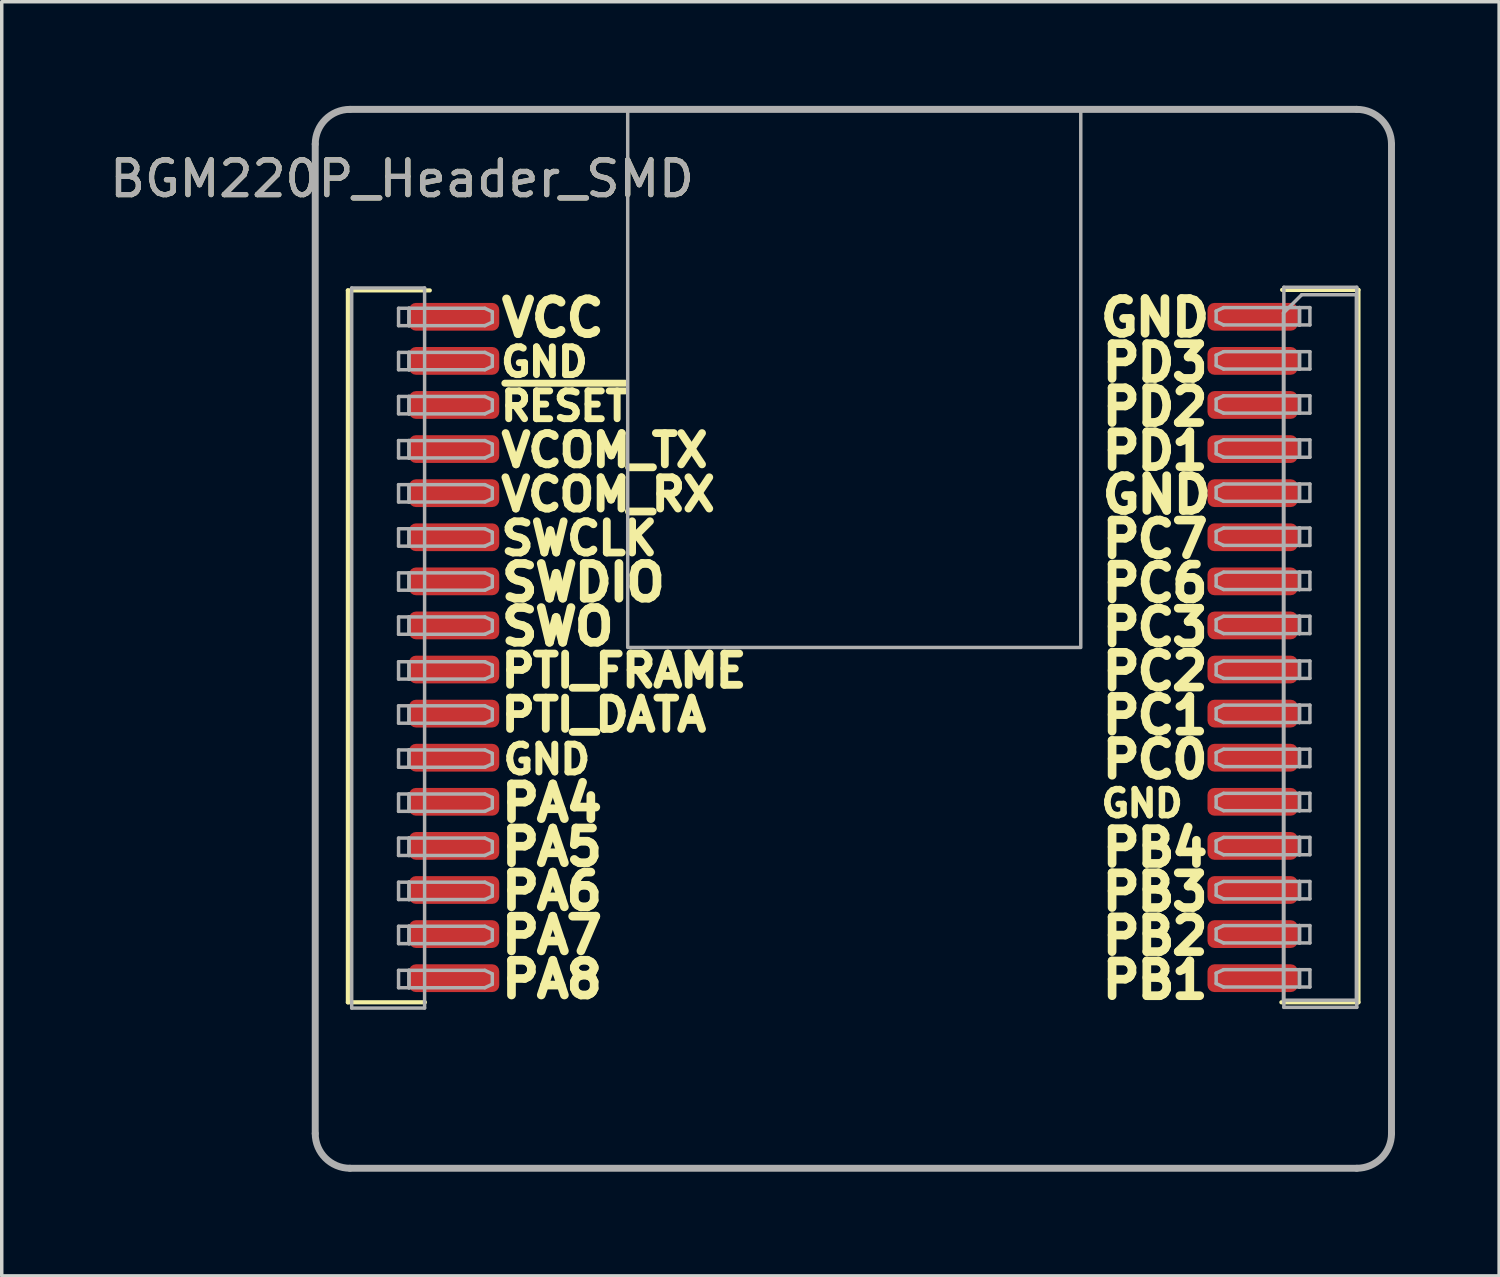
<source format=kicad_pcb>
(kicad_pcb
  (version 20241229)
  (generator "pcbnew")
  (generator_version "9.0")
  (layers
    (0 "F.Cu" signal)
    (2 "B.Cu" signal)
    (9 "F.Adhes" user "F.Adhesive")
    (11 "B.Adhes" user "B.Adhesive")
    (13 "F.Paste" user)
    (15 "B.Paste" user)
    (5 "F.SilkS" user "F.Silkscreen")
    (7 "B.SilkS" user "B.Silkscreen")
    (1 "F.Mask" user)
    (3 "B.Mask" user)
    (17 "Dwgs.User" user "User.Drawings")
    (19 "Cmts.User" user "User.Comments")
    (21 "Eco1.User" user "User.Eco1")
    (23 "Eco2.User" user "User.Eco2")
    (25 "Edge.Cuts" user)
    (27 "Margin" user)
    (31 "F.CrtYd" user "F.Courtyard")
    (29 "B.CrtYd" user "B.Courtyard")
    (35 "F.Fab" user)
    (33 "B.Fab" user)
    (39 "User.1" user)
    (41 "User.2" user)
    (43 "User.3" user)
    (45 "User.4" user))
  (footprint "BGM220P_Header_SMD"
    (layer "F.Cu")
    (at 21.53 15.6)
    (property "Reference" "BGM220P_Header_SMD" (at -13 -13.5 0) (unlocked yes) (layer "F.SilkS") (effects (font (size 1 1) (thickness 0.15))))
    (attr smd exclude_from_pos_files exclude_from_bom allow_missing_courtyard)
    (fp_line (start -14.56 -10.285) (end -14.56 10.22) (stroke (width 0.12) (type solid)) (layer "F.SilkS"))
    (fp_line (start -14.56 -10.285) (end -12.2 -10.285) (stroke (width 0.12) (type solid)) (layer "F.SilkS"))
    (fp_line (start -14.56 10.22) (end -12.34 10.22) (stroke (width 0.12) (type solid)) (layer "F.SilkS"))
    (fp_line (start 12.328 10.22) (end 14.548 10.22) (stroke (width 0.12) (type solid)) (layer "F.SilkS"))
    (fp_line (start 12.35 -10.3) (end 14.548 -10.3) (stroke (width 0.12) (type solid)) (layer "F.SilkS"))
    (fp_line (start 14.548 -10.3) (end 14.548 10.22) (stroke (width 0.12) (type solid)) (layer "F.SilkS"))
    (fp_line (start -15.5 14) (end -15.5 -14.5) (stroke (width 0.2) (type solid)) (layer "F.Fab"))
    (fp_line (start -14.5 -15.5) (end 14.5 -15.5) (stroke (width 0.2) (type solid)) (layer "F.Fab"))
    (fp_line (start -14.45 -10.355) (end -14.45 10.385) (stroke (width 0.1) (type solid)) (layer "F.Fab"))
    (fp_line (start -14.45 10.385) (end -12.35 10.385) (stroke (width 0.1) (type solid)) (layer "F.Fab"))
    (fp_line (start -13.1 -9.77) (end -12.8 -9.77) (stroke (width 0.1) (type solid)) (layer "F.Fab"))
    (fp_line (start -13.1 -9.27) (end -13.1 -9.77) (stroke (width 0.1) (type solid)) (layer "F.Fab"))
    (fp_line (start -13.1 -8.5) (end -12.8 -8.5) (stroke (width 0.1) (type solid)) (layer "F.Fab"))
    (fp_line (start -13.1 -8) (end -13.1 -8.5) (stroke (width 0.1) (type solid)) (layer "F.Fab"))
    (fp_line (start -13.1 -7.23) (end -12.8 -7.23) (stroke (width 0.1) (type solid)) (layer "F.Fab"))
    (fp_line (start -13.1 -6.73) (end -13.1 -7.23) (stroke (width 0.1) (type solid)) (layer "F.Fab"))
    (fp_line (start -13.1 -5.96) (end -12.8 -5.96) (stroke (width 0.1) (type solid)) (layer "F.Fab"))
    (fp_line (start -13.1 -5.46) (end -13.1 -5.96) (stroke (width 0.1) (type solid)) (layer "F.Fab"))
    (fp_line (start -13.1 -4.69) (end -12.8 -4.69) (stroke (width 0.1) (type solid)) (layer "F.Fab"))
    (fp_line (start -13.1 -4.19) (end -13.1 -4.69) (stroke (width 0.1) (type solid)) (layer "F.Fab"))
    (fp_line (start -13.1 -3.42) (end -12.8 -3.42) (stroke (width 0.1) (type solid)) (layer "F.Fab"))
    (fp_line (start -13.1 -2.92) (end -13.1 -3.42) (stroke (width 0.1) (type solid)) (layer "F.Fab"))
    (fp_line (start -13.1 -2.15) (end -12.8 -2.15) (stroke (width 0.1) (type solid)) (layer "F.Fab"))
    (fp_line (start -13.1 -1.65) (end -13.1 -2.15) (stroke (width 0.1) (type solid)) (layer "F.Fab"))
    (fp_line (start -13.1 -0.88) (end -12.8 -0.88) (stroke (width 0.1) (type solid)) (layer "F.Fab"))
    (fp_line (start -13.1 -0.38) (end -13.1 -0.88) (stroke (width 0.1) (type solid)) (layer "F.Fab"))
    (fp_line (start -13.1 0.41) (end -12.8 0.41) (stroke (width 0.1) (type solid)) (layer "F.Fab"))
    (fp_line (start -13.1 0.91) (end -13.1 0.41) (stroke (width 0.1) (type solid)) (layer "F.Fab"))
    (fp_line (start -13.1 1.68) (end -12.8 1.68) (stroke (width 0.1) (type solid)) (layer "F.Fab"))
    (fp_line (start -13.1 2.18) (end -13.1 1.68) (stroke (width 0.1) (type solid)) (layer "F.Fab"))
    (fp_line (start -13.1 2.95) (end -12.8 2.95) (stroke (width 0.1) (type solid)) (layer "F.Fab"))
    (fp_line (start -13.1 3.45) (end -13.1 2.95) (stroke (width 0.1) (type solid)) (layer "F.Fab"))
    (fp_line (start -13.1 4.22) (end -12.8 4.22) (stroke (width 0.1) (type solid)) (layer "F.Fab"))
    (fp_line (start -13.1 4.72) (end -13.1 4.22) (stroke (width 0.1) (type solid)) (layer "F.Fab"))
    (fp_line (start -13.1 5.49) (end -12.8 5.49) (stroke (width 0.1) (type solid)) (layer "F.Fab"))
    (fp_line (start -13.1 5.99) (end -13.1 5.49) (stroke (width 0.1) (type solid)) (layer "F.Fab"))
    (fp_line (start -13.1 6.76) (end -12.8 6.76) (stroke (width 0.1) (type solid)) (layer "F.Fab"))
    (fp_line (start -13.1 7.26) (end -13.1 6.76) (stroke (width 0.1) (type solid)) (layer "F.Fab"))
    (fp_line (start -13.1 8.03) (end -12.8 8.03) (stroke (width 0.1) (type solid)) (layer "F.Fab"))
    (fp_line (start -13.1 8.53) (end -13.1 8.03) (stroke (width 0.1) (type solid)) (layer "F.Fab"))
    (fp_line (start -13.1 9.3) (end -12.8 9.3) (stroke (width 0.1) (type solid)) (layer "F.Fab"))
    (fp_line (start -13.1 9.8) (end -13.1 9.3) (stroke (width 0.1) (type solid)) (layer "F.Fab"))
    (fp_line (start -12.8 -9.77) (end -12.8 -9.27) (stroke (width 0.1) (type solid)) (layer "F.Fab"))
    (fp_line (start -12.8 -9.77) (end -12.8 -9.27) (stroke (width 0.1) (type solid)) (layer "F.Fab"))
    (fp_line (start -12.8 -9.27) (end -13.1 -9.27) (stroke (width 0.1) (type solid)) (layer "F.Fab"))
    (fp_line (start -12.8 -9.27) (end -10.614 -9.27) (stroke (width 0.1) (type solid)) (layer "F.Fab"))
    (fp_line (start -12.8 -8.5) (end -12.8 -8) (stroke (width 0.1) (type solid)) (layer "F.Fab"))
    (fp_line (start -12.8 -8.5) (end -12.8 -8) (stroke (width 0.1) (type solid)) (layer "F.Fab"))
    (fp_line (start -12.8 -8) (end -13.1 -8) (stroke (width 0.1) (type solid)) (layer "F.Fab"))
    (fp_line (start -12.8 -8) (end -10.614 -8) (stroke (width 0.1) (type solid)) (layer "F.Fab"))
    (fp_line (start -12.8 -7.23) (end -12.8 -6.73) (stroke (width 0.1) (type solid)) (layer "F.Fab"))
    (fp_line (start -12.8 -7.23) (end -12.8 -6.73) (stroke (width 0.1) (type solid)) (layer "F.Fab"))
    (fp_line (start -12.8 -6.73) (end -13.1 -6.73) (stroke (width 0.1) (type solid)) (layer "F.Fab"))
    (fp_line (start -12.8 -6.73) (end -10.614 -6.73) (stroke (width 0.1) (type solid)) (layer "F.Fab"))
    (fp_line (start -12.8 -5.96) (end -12.8 -5.46) (stroke (width 0.1) (type solid)) (layer "F.Fab"))
    (fp_line (start -12.8 -5.96) (end -12.8 -5.46) (stroke (width 0.1) (type solid)) (layer "F.Fab"))
    (fp_line (start -12.8 -5.46) (end -13.1 -5.46) (stroke (width 0.1) (type solid)) (layer "F.Fab"))
    (fp_line (start -12.8 -5.46) (end -10.614 -5.46) (stroke (width 0.1) (type solid)) (layer "F.Fab"))
    (fp_line (start -12.8 -4.69) (end -12.8 -4.19) (stroke (width 0.1) (type solid)) (layer "F.Fab"))
    (fp_line (start -12.8 -4.69) (end -12.8 -4.19) (stroke (width 0.1) (type solid)) (layer "F.Fab"))
    (fp_line (start -12.8 -4.19) (end -13.1 -4.19) (stroke (width 0.1) (type solid)) (layer "F.Fab"))
    (fp_line (start -12.8 -4.19) (end -10.614 -4.19) (stroke (width 0.1) (type solid)) (layer "F.Fab"))
    (fp_line (start -12.8 -3.42) (end -12.8 -2.92) (stroke (width 0.1) (type solid)) (layer "F.Fab"))
    (fp_line (start -12.8 -3.42) (end -12.8 -2.92) (stroke (width 0.1) (type solid)) (layer "F.Fab"))
    (fp_line (start -12.8 -2.92) (end -13.1 -2.92) (stroke (width 0.1) (type solid)) (layer "F.Fab"))
    (fp_line (start -12.8 -2.92) (end -10.614 -2.92) (stroke (width 0.1) (type solid)) (layer "F.Fab"))
    (fp_line (start -12.8 -2.15) (end -12.8 -1.65) (stroke (width 0.1) (type solid)) (layer "F.Fab"))
    (fp_line (start -12.8 -2.15) (end -12.8 -1.65) (stroke (width 0.1) (type solid)) (layer "F.Fab"))
    (fp_line (start -12.8 -1.65) (end -13.1 -1.65) (stroke (width 0.1) (type solid)) (layer "F.Fab"))
    (fp_line (start -12.8 -1.65) (end -10.614 -1.65) (stroke (width 0.1) (type solid)) (layer "F.Fab"))
    (fp_line (start -12.8 -0.88) (end -12.8 -0.38) (stroke (width 0.1) (type solid)) (layer "F.Fab"))
    (fp_line (start -12.8 -0.88) (end -12.8 -0.38) (stroke (width 0.1) (type solid)) (layer "F.Fab"))
    (fp_line (start -12.8 -0.38) (end -13.1 -0.38) (stroke (width 0.1) (type solid)) (layer "F.Fab"))
    (fp_line (start -12.8 -0.38) (end -10.614 -0.38) (stroke (width 0.1) (type solid)) (layer "F.Fab"))
    (fp_line (start -12.8 0.41) (end -12.8 0.91) (stroke (width 0.1) (type solid)) (layer "F.Fab"))
    (fp_line (start -12.8 0.41) (end -12.8 0.91) (stroke (width 0.1) (type solid)) (layer "F.Fab"))
    (fp_line (start -12.8 0.91) (end -13.1 0.91) (stroke (width 0.1) (type solid)) (layer "F.Fab"))
    (fp_line (start -12.8 0.91) (end -10.614 0.91) (stroke (width 0.1) (type solid)) (layer "F.Fab"))
    (fp_line (start -12.8 1.68) (end -12.8 2.18) (stroke (width 0.1) (type solid)) (layer "F.Fab"))
    (fp_line (start -12.8 1.68) (end -12.8 2.18) (stroke (width 0.1) (type solid)) (layer "F.Fab"))
    (fp_line (start -12.8 2.18) (end -13.1 2.18) (stroke (width 0.1) (type solid)) (layer "F.Fab"))
    (fp_line (start -12.8 2.18) (end -10.614 2.18) (stroke (width 0.1) (type solid)) (layer "F.Fab"))
    (fp_line (start -12.8 2.95) (end -12.8 3.45) (stroke (width 0.1) (type solid)) (layer "F.Fab"))
    (fp_line (start -12.8 2.95) (end -12.8 3.45) (stroke (width 0.1) (type solid)) (layer "F.Fab"))
    (fp_line (start -12.8 3.45) (end -13.1 3.45) (stroke (width 0.1) (type solid)) (layer "F.Fab"))
    (fp_line (start -12.8 3.45) (end -10.614 3.45) (stroke (width 0.1) (type solid)) (layer "F.Fab"))
    (fp_line (start -12.8 4.22) (end -12.8 4.72) (stroke (width 0.1) (type solid)) (layer "F.Fab"))
    (fp_line (start -12.8 4.22) (end -12.8 4.72) (stroke (width 0.1) (type solid)) (layer "F.Fab"))
    (fp_line (start -12.8 4.72) (end -13.1 4.72) (stroke (width 0.1) (type solid)) (layer "F.Fab"))
    (fp_line (start -12.8 4.72) (end -10.614 4.72) (stroke (width 0.1) (type solid)) (layer "F.Fab"))
    (fp_line (start -12.8 5.49) (end -12.8 5.99) (stroke (width 0.1) (type solid)) (layer "F.Fab"))
    (fp_line (start -12.8 5.49) (end -12.8 5.99) (stroke (width 0.1) (type solid)) (layer "F.Fab"))
    (fp_line (start -12.8 5.99) (end -13.1 5.99) (stroke (width 0.1) (type solid)) (layer "F.Fab"))
    (fp_line (start -12.8 5.99) (end -10.614 5.99) (stroke (width 0.1) (type solid)) (layer "F.Fab"))
    (fp_line (start -12.8 6.76) (end -12.8 7.26) (stroke (width 0.1) (type solid)) (layer "F.Fab"))
    (fp_line (start -12.8 6.76) (end -12.8 7.26) (stroke (width 0.1) (type solid)) (layer "F.Fab"))
    (fp_line (start -12.8 7.26) (end -13.1 7.26) (stroke (width 0.1) (type solid)) (layer "F.Fab"))
    (fp_line (start -12.8 7.26) (end -10.614 7.26) (stroke (width 0.1) (type solid)) (layer "F.Fab"))
    (fp_line (start -12.8 8.03) (end -12.8 8.53) (stroke (width 0.1) (type solid)) (layer "F.Fab"))
    (fp_line (start -12.8 8.03) (end -12.8 8.53) (stroke (width 0.1) (type solid)) (layer "F.Fab"))
    (fp_line (start -12.8 8.53) (end -13.1 8.53) (stroke (width 0.1) (type solid)) (layer "F.Fab"))
    (fp_line (start -12.8 8.53) (end -10.614 8.53) (stroke (width 0.1) (type solid)) (layer "F.Fab"))
    (fp_line (start -12.8 9.3) (end -12.8 9.8) (stroke (width 0.1) (type solid)) (layer "F.Fab"))
    (fp_line (start -12.8 9.3) (end -12.8 9.8) (stroke (width 0.1) (type solid)) (layer "F.Fab"))
    (fp_line (start -12.8 9.8) (end -13.1 9.8) (stroke (width 0.1) (type solid)) (layer "F.Fab"))
    (fp_line (start -12.8 9.8) (end -10.614 9.8) (stroke (width 0.1) (type solid)) (layer "F.Fab"))
    (fp_line (start -12.35 -10.355) (end -14.45 -10.355) (stroke (width 0.1) (type solid)) (layer "F.Fab"))
    (fp_line (start -12.35 10.385) (end -12.35 -10.355) (stroke (width 0.1) (type solid)) (layer "F.Fab"))
    (fp_line (start -10.614 -9.77) (end -12.8 -9.77) (stroke (width 0.1) (type solid)) (layer "F.Fab"))
    (fp_line (start -10.614 -9.27) (end -10.4 -9.37) (stroke (width 0.1) (type solid)) (layer "F.Fab"))
    (fp_line (start -10.614 -8.5) (end -12.8 -8.5) (stroke (width 0.1) (type solid)) (layer "F.Fab"))
    (fp_line (start -10.614 -8) (end -10.4 -8.1) (stroke (width 0.1) (type solid)) (layer "F.Fab"))
    (fp_line (start -10.614 -7.23) (end -12.8 -7.23) (stroke (width 0.1) (type solid)) (layer "F.Fab"))
    (fp_line (start -10.614 -6.73) (end -10.4 -6.83) (stroke (width 0.1) (type solid)) (layer "F.Fab"))
    (fp_line (start -10.614 -5.96) (end -12.8 -5.96) (stroke (width 0.1) (type solid)) (layer "F.Fab"))
    (fp_line (start -10.614 -5.46) (end -10.4 -5.56) (stroke (width 0.1) (type solid)) (layer "F.Fab"))
    (fp_line (start -10.614 -4.69) (end -12.8 -4.69) (stroke (width 0.1) (type solid)) (layer "F.Fab"))
    (fp_line (start -10.614 -4.19) (end -10.4 -4.29) (stroke (width 0.1) (type solid)) (layer "F.Fab"))
    (fp_line (start -10.614 -3.42) (end -12.8 -3.42) (stroke (width 0.1) (type solid)) (layer "F.Fab"))
    (fp_line (start -10.614 -2.92) (end -10.4 -3.02) (stroke (width 0.1) (type solid)) (layer "F.Fab"))
    (fp_line (start -10.614 -2.15) (end -12.8 -2.15) (stroke (width 0.1) (type solid)) (layer "F.Fab"))
    (fp_line (start -10.614 -1.65) (end -10.4 -1.75) (stroke (width 0.1) (type solid)) (layer "F.Fab"))
    (fp_line (start -10.614 -0.88) (end -12.8 -0.88) (stroke (width 0.1) (type solid)) (layer "F.Fab"))
    (fp_line (start -10.614 -0.38) (end -10.4 -0.48) (stroke (width 0.1) (type solid)) (layer "F.Fab"))
    (fp_line (start -10.614 0.41) (end -12.8 0.41) (stroke (width 0.1) (type solid)) (layer "F.Fab"))
    (fp_line (start -10.614 0.91) (end -10.4 0.81) (stroke (width 0.1) (type solid)) (layer "F.Fab"))
    (fp_line (start -10.614 1.68) (end -12.8 1.68) (stroke (width 0.1) (type solid)) (layer "F.Fab"))
    (fp_line (start -10.614 2.18) (end -10.4 2.08) (stroke (width 0.1) (type solid)) (layer "F.Fab"))
    (fp_line (start -10.614 2.95) (end -12.8 2.95) (stroke (width 0.1) (type solid)) (layer "F.Fab"))
    (fp_line (start -10.614 3.45) (end -10.4 3.35) (stroke (width 0.1) (type solid)) (layer "F.Fab"))
    (fp_line (start -10.614 4.22) (end -12.8 4.22) (stroke (width 0.1) (type solid)) (layer "F.Fab"))
    (fp_line (start -10.614 4.72) (end -10.4 4.62) (stroke (width 0.1) (type solid)) (layer "F.Fab"))
    (fp_line (start -10.614 5.49) (end -12.8 5.49) (stroke (width 0.1) (type solid)) (layer "F.Fab"))
    (fp_line (start -10.614 5.99) (end -10.4 5.89) (stroke (width 0.1) (type solid)) (layer "F.Fab"))
    (fp_line (start -10.614 6.76) (end -12.8 6.76) (stroke (width 0.1) (type solid)) (layer "F.Fab"))
    (fp_line (start -10.614 7.26) (end -10.4 7.16) (stroke (width 0.1) (type solid)) (layer "F.Fab"))
    (fp_line (start -10.614 8.03) (end -12.8 8.03) (stroke (width 0.1) (type solid)) (layer "F.Fab"))
    (fp_line (start -10.614 8.53) (end -10.4 8.43) (stroke (width 0.1) (type solid)) (layer "F.Fab"))
    (fp_line (start -10.614 9.3) (end -12.8 9.3) (stroke (width 0.1) (type solid)) (layer "F.Fab"))
    (fp_line (start -10.614 9.8) (end -10.4 9.7) (stroke (width 0.1) (type solid)) (layer "F.Fab"))
    (fp_line (start -10.4 -9.67) (end -10.614 -9.77) (stroke (width 0.1) (type solid)) (layer "F.Fab"))
    (fp_line (start -10.4 -9.37) (end -10.4 -9.67) (stroke (width 0.1) (type solid)) (layer "F.Fab"))
    (fp_line (start -10.4 -8.4) (end -10.614 -8.5) (stroke (width 0.1) (type solid)) (layer "F.Fab"))
    (fp_line (start -10.4 -8.1) (end -10.4 -8.4) (stroke (width 0.1) (type solid)) (layer "F.Fab"))
    (fp_line (start -10.4 -7.13) (end -10.614 -7.23) (stroke (width 0.1) (type solid)) (layer "F.Fab"))
    (fp_line (start -10.4 -6.83) (end -10.4 -7.13) (stroke (width 0.1) (type solid)) (layer "F.Fab"))
    (fp_line (start -10.4 -5.86) (end -10.614 -5.96) (stroke (width 0.1) (type solid)) (layer "F.Fab"))
    (fp_line (start -10.4 -5.56) (end -10.4 -5.86) (stroke (width 0.1) (type solid)) (layer "F.Fab"))
    (fp_line (start -10.4 -4.59) (end -10.614 -4.69) (stroke (width 0.1) (type solid)) (layer "F.Fab"))
    (fp_line (start -10.4 -4.29) (end -10.4 -4.59) (stroke (width 0.1) (type solid)) (layer "F.Fab"))
    (fp_line (start -10.4 -3.32) (end -10.614 -3.42) (stroke (width 0.1) (type solid)) (layer "F.Fab"))
    (fp_line (start -10.4 -3.02) (end -10.4 -3.32) (stroke (width 0.1) (type solid)) (layer "F.Fab"))
    (fp_line (start -10.4 -2.05) (end -10.614 -2.15) (stroke (width 0.1) (type solid)) (layer "F.Fab"))
    (fp_line (start -10.4 -1.75) (end -10.4 -2.05) (stroke (width 0.1) (type solid)) (layer "F.Fab"))
    (fp_line (start -10.4 -0.78) (end -10.614 -0.88) (stroke (width 0.1) (type solid)) (layer "F.Fab"))
    (fp_line (start -10.4 -0.48) (end -10.4 -0.78) (stroke (width 0.1) (type solid)) (layer "F.Fab"))
    (fp_line (start -10.4 0.51) (end -10.614 0.41) (stroke (width 0.1) (type solid)) (layer "F.Fab"))
    (fp_line (start -10.4 0.81) (end -10.4 0.51) (stroke (width 0.1) (type solid)) (layer "F.Fab"))
    (fp_line (start -10.4 1.78) (end -10.614 1.68) (stroke (width 0.1) (type solid)) (layer "F.Fab"))
    (fp_line (start -10.4 2.08) (end -10.4 1.78) (stroke (width 0.1) (type solid)) (layer "F.Fab"))
    (fp_line (start -10.4 3.05) (end -10.614 2.95) (stroke (width 0.1) (type solid)) (layer "F.Fab"))
    (fp_line (start -10.4 3.35) (end -10.4 3.05) (stroke (width 0.1) (type solid)) (layer "F.Fab"))
    (fp_line (start -10.4 4.32) (end -10.614 4.22) (stroke (width 0.1) (type solid)) (layer "F.Fab"))
    (fp_line (start -10.4 4.62) (end -10.4 4.32) (stroke (width 0.1) (type solid)) (layer "F.Fab"))
    (fp_line (start -10.4 5.59) (end -10.614 5.49) (stroke (width 0.1) (type solid)) (layer "F.Fab"))
    (fp_line (start -10.4 5.89) (end -10.4 5.59) (stroke (width 0.1) (type solid)) (layer "F.Fab"))
    (fp_line (start -10.4 6.86) (end -10.614 6.76) (stroke (width 0.1) (type solid)) (layer "F.Fab"))
    (fp_line (start -10.4 7.16) (end -10.4 6.86) (stroke (width 0.1) (type solid)) (layer "F.Fab"))
    (fp_line (start -10.4 8.13) (end -10.614 8.03) (stroke (width 0.1) (type solid)) (layer "F.Fab"))
    (fp_line (start -10.4 8.43) (end -10.4 8.13) (stroke (width 0.1) (type solid)) (layer "F.Fab"))
    (fp_line (start -10.4 9.4) (end -10.614 9.3) (stroke (width 0.1) (type solid)) (layer "F.Fab"))
    (fp_line (start -10.4 9.7) (end -10.4 9.4) (stroke (width 0.1) (type solid)) (layer "F.Fab"))
    (fp_line (start 10.45 -9.69) (end 10.45 -9.39) (stroke (width 0.1) (type solid)) (layer "F.Fab"))
    (fp_line (start 10.45 -9.39) (end 10.664 -9.29) (stroke (width 0.1) (type solid)) (layer "F.Fab"))
    (fp_line (start 10.45 -8.42) (end 10.45 -8.12) (stroke (width 0.1) (type solid)) (layer "F.Fab"))
    (fp_line (start 10.45 -8.12) (end 10.664 -8.02) (stroke (width 0.1) (type solid)) (layer "F.Fab"))
    (fp_line (start 10.45 -7.15) (end 10.45 -6.85) (stroke (width 0.1) (type solid)) (layer "F.Fab"))
    (fp_line (start 10.45 -6.85) (end 10.664 -6.75) (stroke (width 0.1) (type solid)) (layer "F.Fab"))
    (fp_line (start 10.45 -5.88) (end 10.45 -5.58) (stroke (width 0.1) (type solid)) (layer "F.Fab"))
    (fp_line (start 10.45 -5.58) (end 10.664 -5.48) (stroke (width 0.1) (type solid)) (layer "F.Fab"))
    (fp_line (start 10.45 -4.61) (end 10.45 -4.31) (stroke (width 0.1) (type solid)) (layer "F.Fab"))
    (fp_line (start 10.45 -4.31) (end 10.664 -4.21) (stroke (width 0.1) (type solid)) (layer "F.Fab"))
    (fp_line (start 10.45 -3.34) (end 10.45 -3.04) (stroke (width 0.1) (type solid)) (layer "F.Fab"))
    (fp_line (start 10.45 -3.04) (end 10.664 -2.94) (stroke (width 0.1) (type solid)) (layer "F.Fab"))
    (fp_line (start 10.45 -2.07) (end 10.45 -1.77) (stroke (width 0.1) (type solid)) (layer "F.Fab"))
    (fp_line (start 10.45 -1.77) (end 10.664 -1.67) (stroke (width 0.1) (type solid)) (layer "F.Fab"))
    (fp_line (start 10.45 -0.8) (end 10.45 -0.5) (stroke (width 0.1) (type solid)) (layer "F.Fab"))
    (fp_line (start 10.45 -0.5) (end 10.664 -0.4) (stroke (width 0.1) (type solid)) (layer "F.Fab"))
    (fp_line (start 10.45 0.49) (end 10.45 0.79) (stroke (width 0.1) (type solid)) (layer "F.Fab"))
    (fp_line (start 10.45 0.79) (end 10.664 0.89) (stroke (width 0.1) (type solid)) (layer "F.Fab"))
    (fp_line (start 10.45 1.76) (end 10.45 2.06) (stroke (width 0.1) (type solid)) (layer "F.Fab"))
    (fp_line (start 10.45 2.06) (end 10.664 2.16) (stroke (width 0.1) (type solid)) (layer "F.Fab"))
    (fp_line (start 10.45 3.03) (end 10.45 3.33) (stroke (width 0.1) (type solid)) (layer "F.Fab"))
    (fp_line (start 10.45 3.33) (end 10.664 3.43) (stroke (width 0.1) (type solid)) (layer "F.Fab"))
    (fp_line (start 10.45 4.3) (end 10.45 4.6) (stroke (width 0.1) (type solid)) (layer "F.Fab"))
    (fp_line (start 10.45 4.6) (end 10.664 4.7) (stroke (width 0.1) (type solid)) (layer "F.Fab"))
    (fp_line (start 10.45 5.57) (end 10.45 5.87) (stroke (width 0.1) (type solid)) (layer "F.Fab"))
    (fp_line (start 10.45 5.87) (end 10.664 5.97) (stroke (width 0.1) (type solid)) (layer "F.Fab"))
    (fp_line (start 10.45 6.84) (end 10.45 7.14) (stroke (width 0.1) (type solid)) (layer "F.Fab"))
    (fp_line (start 10.45 7.14) (end 10.664 7.24) (stroke (width 0.1) (type solid)) (layer "F.Fab"))
    (fp_line (start 10.45 8.11) (end 10.45 8.41) (stroke (width 0.1) (type solid)) (layer "F.Fab"))
    (fp_line (start 10.45 8.41) (end 10.664 8.51) (stroke (width 0.1) (type solid)) (layer "F.Fab"))
    (fp_line (start 10.45 9.38) (end 10.45 9.68) (stroke (width 0.1) (type solid)) (layer "F.Fab"))
    (fp_line (start 10.45 9.68) (end 10.664 9.78) (stroke (width 0.1) (type solid)) (layer "F.Fab"))
    (fp_line (start 10.664 -9.79) (end 10.45 -9.69) (stroke (width 0.1) (type solid)) (layer "F.Fab"))
    (fp_line (start 10.664 -9.29) (end 12.85 -9.29) (stroke (width 0.1) (type solid)) (layer "F.Fab"))
    (fp_line (start 10.664 -8.52) (end 10.45 -8.42) (stroke (width 0.1) (type solid)) (layer "F.Fab"))
    (fp_line (start 10.664 -8.02) (end 12.85 -8.02) (stroke (width 0.1) (type solid)) (layer "F.Fab"))
    (fp_line (start 10.664 -7.25) (end 10.45 -7.15) (stroke (width 0.1) (type solid)) (layer "F.Fab"))
    (fp_line (start 10.664 -6.75) (end 12.85 -6.75) (stroke (width 0.1) (type solid)) (layer "F.Fab"))
    (fp_line (start 10.664 -5.98) (end 10.45 -5.88) (stroke (width 0.1) (type solid)) (layer "F.Fab"))
    (fp_line (start 10.664 -5.48) (end 12.85 -5.48) (stroke (width 0.1) (type solid)) (layer "F.Fab"))
    (fp_line (start 10.664 -4.71) (end 10.45 -4.61) (stroke (width 0.1) (type solid)) (layer "F.Fab"))
    (fp_line (start 10.664 -4.21) (end 12.85 -4.21) (stroke (width 0.1) (type solid)) (layer "F.Fab"))
    (fp_line (start 10.664 -3.44) (end 10.45 -3.34) (stroke (width 0.1) (type solid)) (layer "F.Fab"))
    (fp_line (start 10.664 -2.94) (end 12.85 -2.94) (stroke (width 0.1) (type solid)) (layer "F.Fab"))
    (fp_line (start 10.664 -2.17) (end 10.45 -2.07) (stroke (width 0.1) (type solid)) (layer "F.Fab"))
    (fp_line (start 10.664 -1.67) (end 12.85 -1.67) (stroke (width 0.1) (type solid)) (layer "F.Fab"))
    (fp_line (start 10.664 -0.9) (end 10.45 -0.8) (stroke (width 0.1) (type solid)) (layer "F.Fab"))
    (fp_line (start 10.664 -0.4) (end 12.85 -0.4) (stroke (width 0.1) (type solid)) (layer "F.Fab"))
    (fp_line (start 10.664 0.39) (end 10.45 0.49) (stroke (width 0.1) (type solid)) (layer "F.Fab"))
    (fp_line (start 10.664 0.89) (end 12.85 0.89) (stroke (width 0.1) (type solid)) (layer "F.Fab"))
    (fp_line (start 10.664 1.66) (end 10.45 1.76) (stroke (width 0.1) (type solid)) (layer "F.Fab"))
    (fp_line (start 10.664 2.16) (end 12.85 2.16) (stroke (width 0.1) (type solid)) (layer "F.Fab"))
    (fp_line (start 10.664 2.93) (end 10.45 3.03) (stroke (width 0.1) (type solid)) (layer "F.Fab"))
    (fp_line (start 10.664 3.43) (end 12.85 3.43) (stroke (width 0.1) (type solid)) (layer "F.Fab"))
    (fp_line (start 10.664 4.2) (end 10.45 4.3) (stroke (width 0.1) (type solid)) (layer "F.Fab"))
    (fp_line (start 10.664 4.7) (end 12.85 4.7) (stroke (width 0.1) (type solid)) (layer "F.Fab"))
    (fp_line (start 10.664 5.47) (end 10.45 5.57) (stroke (width 0.1) (type solid)) (layer "F.Fab"))
    (fp_line (start 10.664 5.97) (end 12.85 5.97) (stroke (width 0.1) (type solid)) (layer "F.Fab"))
    (fp_line (start 10.664 6.74) (end 10.45 6.84) (stroke (width 0.1) (type solid)) (layer "F.Fab"))
    (fp_line (start 10.664 7.24) (end 12.85 7.24) (stroke (width 0.1) (type solid)) (layer "F.Fab"))
    (fp_line (start 10.664 8.01) (end 10.45 8.11) (stroke (width 0.1) (type solid)) (layer "F.Fab"))
    (fp_line (start 10.664 8.51) (end 12.85 8.51) (stroke (width 0.1) (type solid)) (layer "F.Fab"))
    (fp_line (start 10.664 9.28) (end 10.45 9.38) (stroke (width 0.1) (type solid)) (layer "F.Fab"))
    (fp_line (start 10.664 9.78) (end 12.85 9.78) (stroke (width 0.1) (type solid)) (layer "F.Fab"))
    (fp_line (start 12.388 -9.635) (end 12.913 -10.16) (stroke (width 0.1) (type solid)) (layer "F.Fab"))
    (fp_line (start 12.388 10.16) (end 12.388 -9.635) (stroke (width 0.1) (type solid)) (layer "F.Fab"))
    (fp_line (start 12.4 -10.375) (end 12.4 10.365) (stroke (width 0.1) (type solid)) (layer "F.Fab"))
    (fp_line (start 12.4 10.365) (end 14.5 10.365) (stroke (width 0.1) (type solid)) (layer "F.Fab"))
    (fp_line (start 12.85 -9.79) (end 10.664 -9.79) (stroke (width 0.1) (type solid)) (layer "F.Fab"))
    (fp_line (start 12.85 -9.79) (end 13.15 -9.79) (stroke (width 0.1) (type solid)) (layer "F.Fab"))
    (fp_line (start 12.85 -9.29) (end 12.85 -9.79) (stroke (width 0.1) (type solid)) (layer "F.Fab"))
    (fp_line (start 12.85 -9.29) (end 12.85 -9.79) (stroke (width 0.1) (type solid)) (layer "F.Fab"))
    (fp_line (start 12.85 -8.52) (end 10.664 -8.52) (stroke (width 0.1) (type solid)) (layer "F.Fab"))
    (fp_line (start 12.85 -8.52) (end 13.15 -8.52) (stroke (width 0.1) (type solid)) (layer "F.Fab"))
    (fp_line (start 12.85 -8.02) (end 12.85 -8.52) (stroke (width 0.1) (type solid)) (layer "F.Fab"))
    (fp_line (start 12.85 -8.02) (end 12.85 -8.52) (stroke (width 0.1) (type solid)) (layer "F.Fab"))
    (fp_line (start 12.85 -7.25) (end 10.664 -7.25) (stroke (width 0.1) (type solid)) (layer "F.Fab"))
    (fp_line (start 12.85 -7.25) (end 13.15 -7.25) (stroke (width 0.1) (type solid)) (layer "F.Fab"))
    (fp_line (start 12.85 -6.75) (end 12.85 -7.25) (stroke (width 0.1) (type solid)) (layer "F.Fab"))
    (fp_line (start 12.85 -6.75) (end 12.85 -7.25) (stroke (width 0.1) (type solid)) (layer "F.Fab"))
    (fp_line (start 12.85 -5.98) (end 10.664 -5.98) (stroke (width 0.1) (type solid)) (layer "F.Fab"))
    (fp_line (start 12.85 -5.98) (end 13.15 -5.98) (stroke (width 0.1) (type solid)) (layer "F.Fab"))
    (fp_line (start 12.85 -5.48) (end 12.85 -5.98) (stroke (width 0.1) (type solid)) (layer "F.Fab"))
    (fp_line (start 12.85 -5.48) (end 12.85 -5.98) (stroke (width 0.1) (type solid)) (layer "F.Fab"))
    (fp_line (start 12.85 -4.71) (end 10.664 -4.71) (stroke (width 0.1) (type solid)) (layer "F.Fab"))
    (fp_line (start 12.85 -4.71) (end 13.15 -4.71) (stroke (width 0.1) (type solid)) (layer "F.Fab"))
    (fp_line (start 12.85 -4.21) (end 12.85 -4.71) (stroke (width 0.1) (type solid)) (layer "F.Fab"))
    (fp_line (start 12.85 -4.21) (end 12.85 -4.71) (stroke (width 0.1) (type solid)) (layer "F.Fab"))
    (fp_line (start 12.85 -3.44) (end 10.664 -3.44) (stroke (width 0.1) (type solid)) (layer "F.Fab"))
    (fp_line (start 12.85 -3.44) (end 13.15 -3.44) (stroke (width 0.1) (type solid)) (layer "F.Fab"))
    (fp_line (start 12.85 -2.94) (end 12.85 -3.44) (stroke (width 0.1) (type solid)) (layer "F.Fab"))
    (fp_line (start 12.85 -2.94) (end 12.85 -3.44) (stroke (width 0.1) (type solid)) (layer "F.Fab"))
    (fp_line (start 12.85 -2.17) (end 10.664 -2.17) (stroke (width 0.1) (type solid)) (layer "F.Fab"))
    (fp_line (start 12.85 -2.17) (end 13.15 -2.17) (stroke (width 0.1) (type solid)) (layer "F.Fab"))
    (fp_line (start 12.85 -1.67) (end 12.85 -2.17) (stroke (width 0.1) (type solid)) (layer "F.Fab"))
    (fp_line (start 12.85 -1.67) (end 12.85 -2.17) (stroke (width 0.1) (type solid)) (layer "F.Fab"))
    (fp_line (start 12.85 -0.9) (end 10.664 -0.9) (stroke (width 0.1) (type solid)) (layer "F.Fab"))
    (fp_line (start 12.85 -0.9) (end 13.15 -0.9) (stroke (width 0.1) (type solid)) (layer "F.Fab"))
    (fp_line (start 12.85 -0.4) (end 12.85 -0.9) (stroke (width 0.1) (type solid)) (layer "F.Fab"))
    (fp_line (start 12.85 -0.4) (end 12.85 -0.9) (stroke (width 0.1) (type solid)) (layer "F.Fab"))
    (fp_line (start 12.85 0.39) (end 10.664 0.39) (stroke (width 0.1) (type solid)) (layer "F.Fab"))
    (fp_line (start 12.85 0.39) (end 13.15 0.39) (stroke (width 0.1) (type solid)) (layer "F.Fab"))
    (fp_line (start 12.85 0.89) (end 12.85 0.39) (stroke (width 0.1) (type solid)) (layer "F.Fab"))
    (fp_line (start 12.85 0.89) (end 12.85 0.39) (stroke (width 0.1) (type solid)) (layer "F.Fab"))
    (fp_line (start 12.85 1.66) (end 10.664 1.66) (stroke (width 0.1) (type solid)) (layer "F.Fab"))
    (fp_line (start 12.85 1.66) (end 13.15 1.66) (stroke (width 0.1) (type solid)) (layer "F.Fab"))
    (fp_line (start 12.85 2.16) (end 12.85 1.66) (stroke (width 0.1) (type solid)) (layer "F.Fab"))
    (fp_line (start 12.85 2.16) (end 12.85 1.66) (stroke (width 0.1) (type solid)) (layer "F.Fab"))
    (fp_line (start 12.85 2.93) (end 10.664 2.93) (stroke (width 0.1) (type solid)) (layer "F.Fab"))
    (fp_line (start 12.85 2.93) (end 13.15 2.93) (stroke (width 0.1) (type solid)) (layer "F.Fab"))
    (fp_line (start 12.85 3.43) (end 12.85 2.93) (stroke (width 0.1) (type solid)) (layer "F.Fab"))
    (fp_line (start 12.85 3.43) (end 12.85 2.93) (stroke (width 0.1) (type solid)) (layer "F.Fab"))
    (fp_line (start 12.85 4.2) (end 10.664 4.2) (stroke (width 0.1) (type solid)) (layer "F.Fab"))
    (fp_line (start 12.85 4.2) (end 13.15 4.2) (stroke (width 0.1) (type solid)) (layer "F.Fab"))
    (fp_line (start 12.85 4.7) (end 12.85 4.2) (stroke (width 0.1) (type solid)) (layer "F.Fab"))
    (fp_line (start 12.85 4.7) (end 12.85 4.2) (stroke (width 0.1) (type solid)) (layer "F.Fab"))
    (fp_line (start 12.85 5.47) (end 10.664 5.47) (stroke (width 0.1) (type solid)) (layer "F.Fab"))
    (fp_line (start 12.85 5.47) (end 13.15 5.47) (stroke (width 0.1) (type solid)) (layer "F.Fab"))
    (fp_line (start 12.85 5.97) (end 12.85 5.47) (stroke (width 0.1) (type solid)) (layer "F.Fab"))
    (fp_line (start 12.85 5.97) (end 12.85 5.47) (stroke (width 0.1) (type solid)) (layer "F.Fab"))
    (fp_line (start 12.85 6.74) (end 10.664 6.74) (stroke (width 0.1) (type solid)) (layer "F.Fab"))
    (fp_line (start 12.85 6.74) (end 13.15 6.74) (stroke (width 0.1) (type solid)) (layer "F.Fab"))
    (fp_line (start 12.85 7.24) (end 12.85 6.74) (stroke (width 0.1) (type solid)) (layer "F.Fab"))
    (fp_line (start 12.85 7.24) (end 12.85 6.74) (stroke (width 0.1) (type solid)) (layer "F.Fab"))
    (fp_line (start 12.85 8.01) (end 10.664 8.01) (stroke (width 0.1) (type solid)) (layer "F.Fab"))
    (fp_line (start 12.85 8.01) (end 13.15 8.01) (stroke (width 0.1) (type solid)) (layer "F.Fab"))
    (fp_line (start 12.85 8.51) (end 12.85 8.01) (stroke (width 0.1) (type solid)) (layer "F.Fab"))
    (fp_line (start 12.85 8.51) (end 12.85 8.01) (stroke (width 0.1) (type solid)) (layer "F.Fab"))
    (fp_line (start 12.85 9.28) (end 10.664 9.28) (stroke (width 0.1) (type solid)) (layer "F.Fab"))
    (fp_line (start 12.85 9.28) (end 13.15 9.28) (stroke (width 0.1) (type solid)) (layer "F.Fab"))
    (fp_line (start 12.85 9.78) (end 12.85 9.28) (stroke (width 0.1) (type solid)) (layer "F.Fab"))
    (fp_line (start 12.85 9.78) (end 12.85 9.28) (stroke (width 0.1) (type solid)) (layer "F.Fab"))
    (fp_line (start 12.913 -10.16) (end 14.488 -10.16) (stroke (width 0.1) (type solid)) (layer "F.Fab"))
    (fp_line (start 13.15 -9.79) (end 13.15 -9.29) (stroke (width 0.1) (type solid)) (layer "F.Fab"))
    (fp_line (start 13.15 -9.29) (end 12.85 -9.29) (stroke (width 0.1) (type solid)) (layer "F.Fab"))
    (fp_line (start 13.15 -8.52) (end 13.15 -8.02) (stroke (width 0.1) (type solid)) (layer "F.Fab"))
    (fp_line (start 13.15 -8.02) (end 12.85 -8.02) (stroke (width 0.1) (type solid)) (layer "F.Fab"))
    (fp_line (start 13.15 -7.25) (end 13.15 -6.75) (stroke (width 0.1) (type solid)) (layer "F.Fab"))
    (fp_line (start 13.15 -6.75) (end 12.85 -6.75) (stroke (width 0.1) (type solid)) (layer "F.Fab"))
    (fp_line (start 13.15 -5.98) (end 13.15 -5.48) (stroke (width 0.1) (type solid)) (layer "F.Fab"))
    (fp_line (start 13.15 -5.48) (end 12.85 -5.48) (stroke (width 0.1) (type solid)) (layer "F.Fab"))
    (fp_line (start 13.15 -4.71) (end 13.15 -4.21) (stroke (width 0.1) (type solid)) (layer "F.Fab"))
    (fp_line (start 13.15 -4.21) (end 12.85 -4.21) (stroke (width 0.1) (type solid)) (layer "F.Fab"))
    (fp_line (start 13.15 -3.44) (end 13.15 -2.94) (stroke (width 0.1) (type solid)) (layer "F.Fab"))
    (fp_line (start 13.15 -2.94) (end 12.85 -2.94) (stroke (width 0.1) (type solid)) (layer "F.Fab"))
    (fp_line (start 13.15 -2.17) (end 13.15 -1.67) (stroke (width 0.1) (type solid)) (layer "F.Fab"))
    (fp_line (start 13.15 -1.67) (end 12.85 -1.67) (stroke (width 0.1) (type solid)) (layer "F.Fab"))
    (fp_line (start 13.15 -0.9) (end 13.15 -0.4) (stroke (width 0.1) (type solid)) (layer "F.Fab"))
    (fp_line (start 13.15 -0.4) (end 12.85 -0.4) (stroke (width 0.1) (type solid)) (layer "F.Fab"))
    (fp_line (start 13.15 0.39) (end 13.15 0.89) (stroke (width 0.1) (type solid)) (layer "F.Fab"))
    (fp_line (start 13.15 0.89) (end 12.85 0.89) (stroke (width 0.1) (type solid)) (layer "F.Fab"))
    (fp_line (start 13.15 1.66) (end 13.15 2.16) (stroke (width 0.1) (type solid)) (layer "F.Fab"))
    (fp_line (start 13.15 2.16) (end 12.85 2.16) (stroke (width 0.1) (type solid)) (layer "F.Fab"))
    (fp_line (start 13.15 2.93) (end 13.15 3.43) (stroke (width 0.1) (type solid)) (layer "F.Fab"))
    (fp_line (start 13.15 3.43) (end 12.85 3.43) (stroke (width 0.1) (type solid)) (layer "F.Fab"))
    (fp_line (start 13.15 4.2) (end 13.15 4.7) (stroke (width 0.1) (type solid)) (layer "F.Fab"))
    (fp_line (start 13.15 4.7) (end 12.85 4.7) (stroke (width 0.1) (type solid)) (layer "F.Fab"))
    (fp_line (start 13.15 5.47) (end 13.15 5.97) (stroke (width 0.1) (type solid)) (layer "F.Fab"))
    (fp_line (start 13.15 5.97) (end 12.85 5.97) (stroke (width 0.1) (type solid)) (layer "F.Fab"))
    (fp_line (start 13.15 6.74) (end 13.15 7.24) (stroke (width 0.1) (type solid)) (layer "F.Fab"))
    (fp_line (start 13.15 7.24) (end 12.85 7.24) (stroke (width 0.1) (type solid)) (layer "F.Fab"))
    (fp_line (start 13.15 8.01) (end 13.15 8.51) (stroke (width 0.1) (type solid)) (layer "F.Fab"))
    (fp_line (start 13.15 8.51) (end 12.85 8.51) (stroke (width 0.1) (type solid)) (layer "F.Fab"))
    (fp_line (start 13.15 9.28) (end 13.15 9.78) (stroke (width 0.1) (type solid)) (layer "F.Fab"))
    (fp_line (start 13.15 9.78) (end 12.85 9.78) (stroke (width 0.1) (type solid)) (layer "F.Fab"))
    (fp_line (start 14.488 -10.16) (end 14.488 10.16) (stroke (width 0.1) (type solid)) (layer "F.Fab"))
    (fp_line (start 14.488 10.16) (end 12.388 10.16) (stroke (width 0.1) (type solid)) (layer "F.Fab"))
    (fp_line (start 14.5 -10.375) (end 12.4 -10.375) (stroke (width 0.1) (type solid)) (layer "F.Fab"))
    (fp_line (start 14.5 10.365) (end 14.5 -10.375) (stroke (width 0.1) (type solid)) (layer "F.Fab"))
    (fp_line (start 14.5 15) (end -14.5 15) (stroke (width 0.2) (type solid)) (layer "F.Fab"))
    (fp_line (start 15.5 -14.5) (end 15.5 14) (stroke (width 0.2) (type solid)) (layer "F.Fab"))
    (fp_rect (start -6.5 -15.5) (end 6.55 0) (stroke (width 0.1) (type solid)) (fill no) (layer "F.Fab"))
    (fp_arc (start -15.5 -14.5) (mid -15.207107 -15.207107) (end -14.5 -15.5) (stroke (width 0.2) (type solid)) (layer "F.Fab"))
    (fp_arc (start -14.500004 15.000004) (mid -15.207111 14.707111) (end -15.500004 14.000004) (stroke (width 0.2) (type solid)) (layer "F.Fab"))
    (fp_arc (start 14.5 -15.5) (mid 15.207107 -15.207107) (end 15.5 -14.5) (stroke (width 0.2) (type solid)) (layer "F.Fab"))
    (fp_arc (start 15.5 14) (mid 15.207107 14.707107) (end 14.5 15) (stroke (width 0.2) (type solid)) (layer "F.Fab"))
    (fp_text user "PC0" (at 7.05 3.23 0) (unlocked yes) (layer "F.SilkS") (effects (font (size 1 1) (thickness 0.25)) (justify left)))
    (fp_text user "GND" (at 7.051 -4.398 0) (unlocked yes) (layer "F.SilkS") (effects (font (size 1 1) (thickness 0.25)) (justify left)))
    (fp_text user "GND" (at 7 -9.5 0) (unlocked yes) (layer "F.SilkS") (effects (font (size 1 1) (thickness 0.25)) (justify left)))
    (fp_text user "SWO" (at -10.25 -0.6 0) (unlocked yes) (layer "F.SilkS") (effects (font (size 1 1) (thickness 0.25)) (justify left)))
    (fp_text user "PB3" (at 7.05 7.04 0) (unlocked yes) (layer "F.SilkS") (effects (font (size 1 1) (thickness 0.25)) (justify left)))
    (fp_text user "PA7" (at -10.25 8.29 0) (unlocked yes) (layer "F.SilkS") (effects (font (size 1 1) (thickness 0.25)) (justify left)))
    (fp_text user "PA4" (at -10.25 4.48 0) (unlocked yes) (layer "F.SilkS") (effects (font (size 1 1) (thickness 0.25)) (justify left)))
    (fp_text user "PD3" (at 7.05 -8.2 0) (unlocked yes) (layer "F.SilkS") (effects (font (size 1 1) (thickness 0.25)) (justify left)))
    (fp_text user "PTI_DATA" (at -10.25 1.94 0) (unlocked yes) (layer "F.SilkS") (effects (font (size 0.9 0.9) (thickness 0.225)) (justify left)))
    (fp_text user "PA6" (at -10.25 7.02 0) (unlocked yes) (layer "F.SilkS") (effects (font (size 1 1) (thickness 0.25)) (justify left)))
    (fp_text user "PTI_FRAME" (at -10.25 0.67 0) (unlocked yes) (layer "F.SilkS") (effects (font (size 0.9 0.9) (thickness 0.225)) (justify left)))
    (fp_text user "PD2" (at 7.05 -6.93 0) (unlocked yes) (layer "F.SilkS") (effects (font (size 1 1) (thickness 0.25)) (justify left)))
    (fp_text user "PD1" (at 7.05 -5.66 0) (unlocked yes) (layer "F.SilkS") (effects (font (size 1 1) (thickness 0.25)) (justify left)))
    (fp_text user "PA5" (at -10.25 5.75 0) (unlocked yes) (layer "F.SilkS") (effects (font (size 1 1) (thickness 0.25)) (justify left)))
    (fp_text user "PA8" (at -10.25 9.56 0) (unlocked yes) (layer "F.SilkS") (effects (font (size 1 1) (thickness 0.25)) (justify left)))
    (fp_text user "PC6" (at 7.05 -1.85 0) (unlocked yes) (layer "F.SilkS") (effects (font (size 1 1) (thickness 0.25)) (justify left)))
    (fp_text user "PC3" (at 7.05 -0.58 0) (unlocked yes) (layer "F.SilkS") (effects (font (size 1 1) (thickness 0.25)) (justify left)))
    (fp_text user "SWDIO" (at -10.25 -1.87 0) (unlocked yes) (layer "F.SilkS") (effects (font (size 1 1) (thickness 0.25)) (justify left)))
    (fp_text user "PB2" (at 7.05 8.31 0) (unlocked yes) (layer "F.SilkS") (effects (font (size 1 1) (thickness 0.25)) (justify left)))
    (fp_text user "PC2" (at 7.05 0.69 0) (unlocked yes) (layer "F.SilkS") (effects (font (size 1 1) (thickness 0.25)) (justify left)))
    (fp_text user "PC1" (at 7.05 1.96 0) (unlocked yes) (layer "F.SilkS") (effects (font (size 1 1) (thickness 0.25)) (justify left)))
    (fp_text user "GND" (at -10.18 3.225 0) (unlocked yes) (layer "F.SilkS") (effects (font (size 0.8 0.8) (thickness 0.2)) (justify left)))
    (fp_text user "PC7" (at 7.05 -3.12 0) (unlocked yes) (layer "F.SilkS") (effects (font (size 1 1) (thickness 0.25)) (justify left)))
    (fp_text user "GND" (at 7.051 4.492 0) (unlocked yes) (layer "F.SilkS") (effects (font (size 0.75 0.75) (thickness 0.188)) (justify left)))
    (fp_text user "~{RESET}" (at -10.25 -6.95 0) (unlocked yes) (layer "F.SilkS") (effects (font (size 0.8 0.8) (thickness 0.2)) (justify left)))
    (fp_text user "SWCLK" (at -10.25 -3.14 0) (unlocked yes) (layer "F.SilkS") (effects (font (size 0.9 0.9) (thickness 0.225)) (justify left)))
    (fp_text user "VCOM_RX" (at -10.256 -4.407 0) (unlocked yes) (layer "F.SilkS") (effects (font (size 0.9 0.9) (thickness 0.225)) (justify left)))
    (fp_text user "GND" (at -10.25 -8.22 0) (unlocked yes) (layer "F.SilkS") (effects (font (size 0.8 0.8) (thickness 0.2)) (justify left)))
    (fp_text user "PB1" (at 7.05 9.58 0) (unlocked yes) (layer "F.SilkS") (effects (font (size 1 1) (thickness 0.25)) (justify left)))
    (fp_text user "VCC" (at -10.25 -9.49 0) (unlocked yes) (layer "F.SilkS") (effects (font (size 1 1) (thickness 0.25)) (justify left)))
    (fp_text user "VCOM_TX" (at -10.25 -5.68 0) (unlocked yes) (layer "F.SilkS") (effects (font (size 0.9 0.9) (thickness 0.225)) (justify left)))
    (fp_text user "PB4" (at 7.05 5.77 0) (unlocked yes) (layer "F.SilkS") (effects (font (size 1 1) (thickness 0.25)) (justify left)))
    (fp_text user "${REFERENCE}" (at -13 -13.5 0) (unlocked yes) (layer "F.Fab") (effects (font (size 1 1) (thickness 0.15))))
    (pad "1" smd roundrect (at 11.5 -9.525 90) (size 0.8 2.6) (layers "F.Cu" "F.Mask" "F.Paste") (roundrect_rratio 0.25))
    (pad "2" smd roundrect (at 11.5 5.715 90) (size 0.8 2.6) (layers "F.Cu" "F.Mask" "F.Paste") (roundrect_rratio 0.25))
    (pad "3" smd roundrect (at 11.5 6.985 90) (size 0.8 2.6) (layers "F.Cu" "F.Mask" "F.Paste") (roundrect_rratio 0.25))
    (pad "4" smd roundrect (at 11.5 8.255 90) (size 0.8 2.6) (layers "F.Cu" "F.Mask" "F.Paste") (roundrect_rratio 0.25))
    (pad "5" smd roundrect (at 11.5 9.525 90) (size 0.8 2.6) (layers "F.Cu" "F.Mask" "F.Paste") (roundrect_rratio 0.25))
    (pad "6" smd roundrect (at -11.5 -4.445 90) (size 0.8 2.6) (layers "F.Cu" "F.Mask" "F.Paste") (roundrect_rratio 0.25))
    (pad "7" smd roundrect (at -11.5 -5.715 90) (size 0.8 2.6) (layers "F.Cu" "F.Mask" "F.Paste") (roundrect_rratio 0.25))
    (pad "8" smd roundrect (at -11.5 -3.175 90) (size 0.8 2.6) (layers "F.Cu" "F.Mask" "F.Paste") (roundrect_rratio 0.25))
    (pad "9" smd roundrect (at -11.5 -1.905 90) (size 0.8 2.6) (layers "F.Cu" "F.Mask" "F.Paste") (roundrect_rratio 0.25))
    (pad "10" smd roundrect (at -11.5 -0.635 90) (size 0.8 2.6) (layers "F.Cu" "F.Mask" "F.Paste") (roundrect_rratio 0.25))
    (pad "11" smd roundrect (at -11.5 4.445 90) (size 0.8 2.6) (layers "F.Cu" "F.Mask" "F.Paste") (roundrect_rratio 0.25))
    (pad "12" smd roundrect (at -11.5 3.175 90) (size 0.8 2.6) (layers "F.Cu" "F.Mask" "F.Paste") (roundrect_rratio 0.25))
    (pad "13" smd roundrect (at -11.5 -9.525 90) (size 0.8 2.6) (layers "F.Cu" "F.Mask" "F.Paste") (roundrect_rratio 0.25))
    (pad "14" smd roundrect (at -11.5 5.715 90) (size 0.8 2.6) (layers "F.Cu" "F.Mask" "F.Paste") (roundrect_rratio 0.25))
    (pad "15" smd roundrect (at -11.5 6.985 90) (size 0.8 2.6) (layers "F.Cu" "F.Mask" "F.Paste") (roundrect_rratio 0.25))
    (pad "16" smd roundrect (at -11.5 8.255 90) (size 0.8 2.6) (layers "F.Cu" "F.Mask" "F.Paste") (roundrect_rratio 0.25))
    (pad "17" smd roundrect (at -11.5 9.525 90) (size 0.8 2.6) (layers "F.Cu" "F.Mask" "F.Paste") (roundrect_rratio 0.25))
    (pad "18" smd roundrect (at 11.5 -8.255 90) (size 0.8 2.6) (layers "F.Cu" "F.Mask" "F.Paste") (roundrect_rratio 0.25))
    (pad "19" smd roundrect (at 11.5 -6.985 90) (size 0.8 2.6) (layers "F.Cu" "F.Mask" "F.Paste") (roundrect_rratio 0.25))
    (pad "20" smd roundrect (at 11.5 4.445 90) (size 0.8 2.6) (layers "F.Cu" "F.Mask" "F.Paste") (roundrect_rratio 0.25))
    (pad "21" smd roundrect (at 11.5 -5.715 90) (size 0.8 2.6) (layers "F.Cu" "F.Mask" "F.Paste") (roundrect_rratio 0.25))
    (pad "22" smd roundrect (at 11.5 3.175 90) (size 0.8 2.6) (layers "F.Cu" "F.Mask" "F.Paste") (roundrect_rratio 0.25))
    (pad "23" smd roundrect (at 11.5 1.905 90) (size 0.8 2.6) (layers "F.Cu" "F.Mask" "F.Paste") (roundrect_rratio 0.25))
    (pad "24" smd roundrect (at 11.5 0.635 90) (size 0.8 2.6) (layers "F.Cu" "F.Mask" "F.Paste") (roundrect_rratio 0.25))
    (pad "25" smd roundrect (at 11.5 -0.635 90) (size 0.8 2.6) (layers "F.Cu" "F.Mask" "F.Paste") (roundrect_rratio 0.25))
    (pad "26" smd roundrect (at -11.5 1.905 90) (size 0.8 2.6) (layers "F.Cu" "F.Mask" "F.Paste") (roundrect_rratio 0.25))
    (pad "27" smd roundrect (at -11.5 0.635 90) (size 0.8 2.6) (layers "F.Cu" "F.Mask" "F.Paste") (roundrect_rratio 0.25))
    (pad "28" smd roundrect (at 11.5 -1.905 90) (size 0.8 2.6) (layers "F.Cu" "F.Mask" "F.Paste") (roundrect_rratio 0.25))
    (pad "29" smd roundrect (at 11.5 -3.175 90) (size 0.8 2.6) (layers "F.Cu" "F.Mask" "F.Paste") (roundrect_rratio 0.25))
    (pad "30" smd roundrect (at -11.5 -6.985 90) (size 0.8 2.6) (layers "F.Cu" "F.Mask" "F.Paste") (roundrect_rratio 0.25))
    (pad "31" smd roundrect (at -11.5 -8.255 90) (size 0.8 2.6) (layers "F.Cu" "F.Mask" "F.Paste") (roundrect_rratio 0.25))
    (pad "31" smd roundrect (at 11.5 -4.445 90) (size 0.8 2.6) (layers "F.Cu" "F.Mask" "F.Paste") (roundrect_rratio 0.25))
    (zone (net_name "") (layers "F.Cu" "B.Cu" "F.Fab") (name "AntennaKeepOut") (hatch edge 0.508) (connect_pads) (min_thickness 0.254) (filled_areas_thickness no) (keepout (tracks not_allowed) (vias not_allowed) (pads not_allowed) (copperpour not_allowed) (footprints not_allowed)) (placement (enabled no)) (fill) (polygon (pts (xy 25.28 5) (xy 17.78 5) (xy 17.78 0.1) (xy 25.28 0.1)))))
  (gr_rect
    (start -3 -3)
    (end 40.13 33.7)
    (stroke (width 0.1) (type default))
    (fill no)
    (layer "Edge.Cuts")))
</source>
